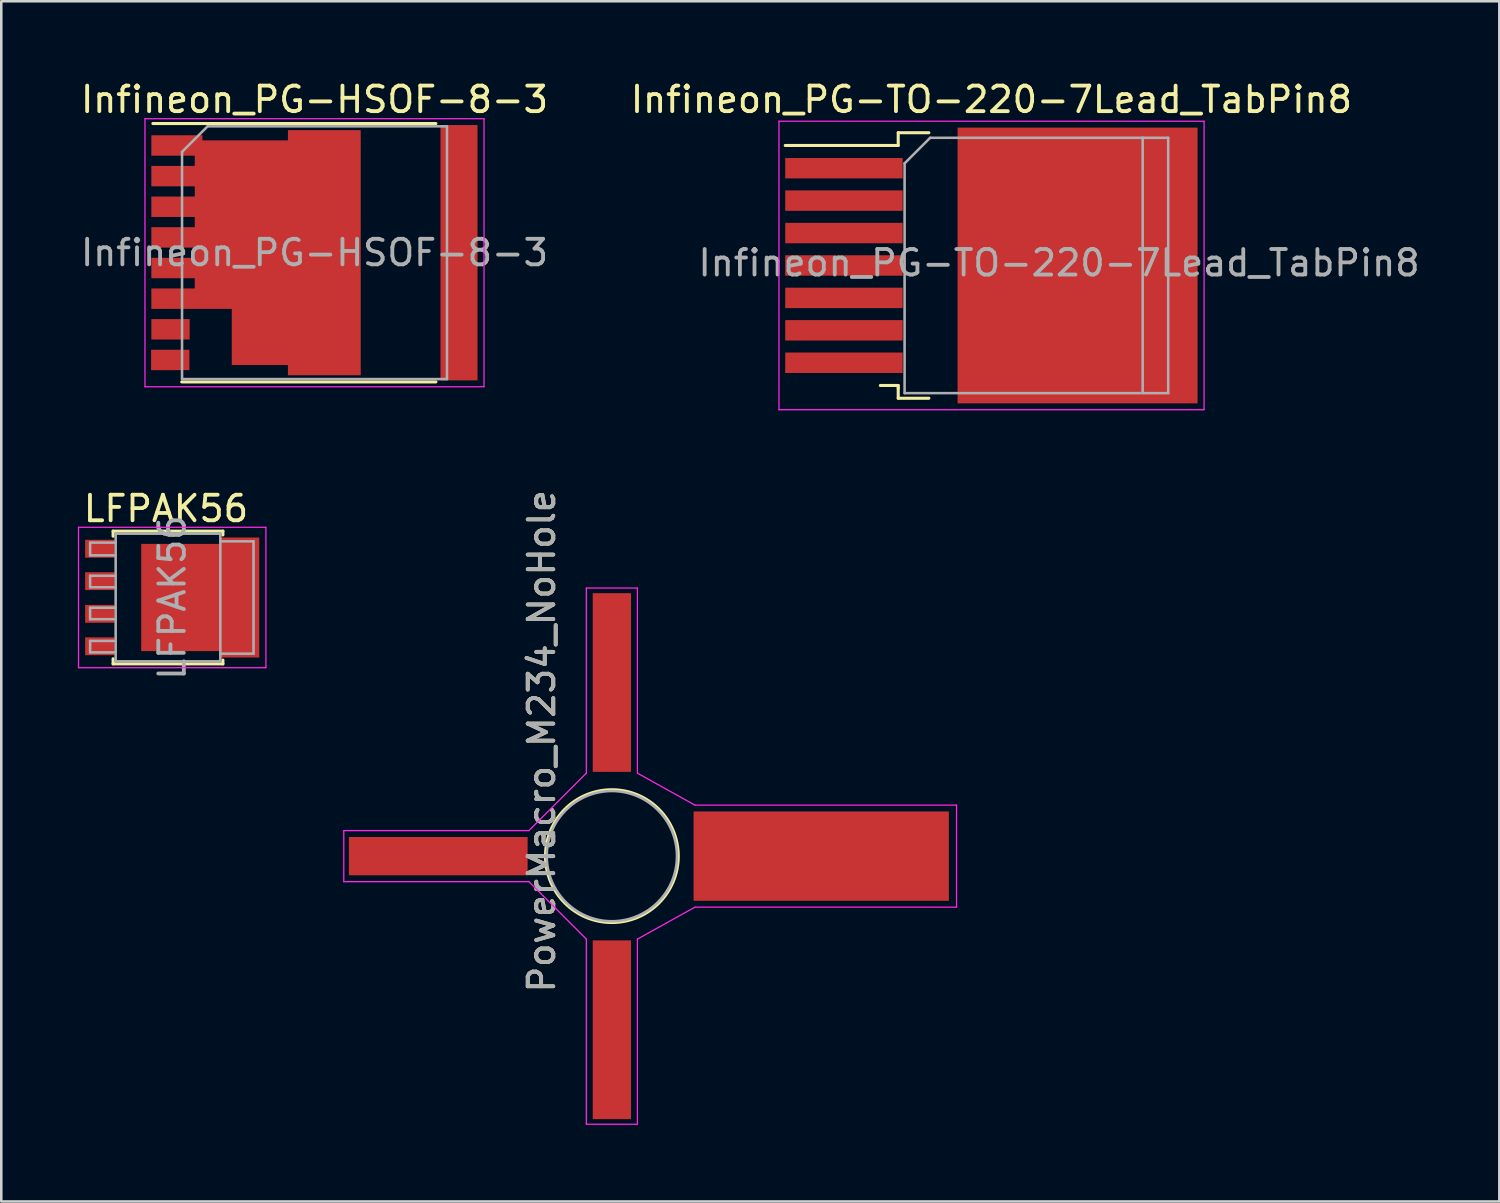
<source format=kicad_pcb>
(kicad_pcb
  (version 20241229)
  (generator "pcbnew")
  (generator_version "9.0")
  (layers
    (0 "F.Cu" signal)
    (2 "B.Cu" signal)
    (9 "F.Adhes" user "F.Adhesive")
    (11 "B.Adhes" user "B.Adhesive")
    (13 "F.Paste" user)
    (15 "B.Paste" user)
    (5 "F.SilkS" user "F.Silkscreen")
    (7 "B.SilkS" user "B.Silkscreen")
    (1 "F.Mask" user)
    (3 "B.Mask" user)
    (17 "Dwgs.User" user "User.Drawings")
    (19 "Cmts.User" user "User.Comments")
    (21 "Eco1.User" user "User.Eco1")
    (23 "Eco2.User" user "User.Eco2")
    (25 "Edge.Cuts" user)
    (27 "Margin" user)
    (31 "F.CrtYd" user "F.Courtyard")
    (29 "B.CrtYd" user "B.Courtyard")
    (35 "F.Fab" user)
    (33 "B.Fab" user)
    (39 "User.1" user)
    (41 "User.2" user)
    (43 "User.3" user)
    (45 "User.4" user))
  (footprint "Infineon_PG-HSOF-8-3"
    (layer "F.Cu")
    (at 9.268 6.848)
    (property "Reference" "Infineon_PG-HSOF-8-3" (at 0 -6 0) (layer "F.SilkS") (effects (font (size 1 1) (thickness 0.15))))
    (attr smd)
    (fp_line (start -5.2 5.06) (end 4.755 5.06) (stroke (width 0.12) (type solid)) (layer "F.SilkS"))
    (fp_line (start 4.755 -5.06) (end -6.33 -5.06) (stroke (width 0.12) (type solid)) (layer "F.SilkS"))
    (fp_line (start -6.64 5.25) (end -6.64 -5.25) (stroke (width 0.05) (type solid)) (layer "F.CrtYd"))
    (fp_line (start -6.64 5.25) (end 6.64 5.25) (stroke (width 0.05) (type solid)) (layer "F.CrtYd"))
    (fp_line (start 6.64 -5.25) (end -6.64 -5.25) (stroke (width 0.05) (type solid)) (layer "F.CrtYd"))
    (fp_line (start 6.64 -5.25) (end 6.64 5.25) (stroke (width 0.05) (type solid)) (layer "F.CrtYd"))
    (fp_line (start -5.188 4.95) (end -5.188 -3.95) (stroke (width 0.1) (type solid)) (layer "F.Fab"))
    (fp_line (start -4.188 -4.95) (end -5.188 -3.95) (stroke (width 0.1) (type solid)) (layer "F.Fab"))
    (fp_line (start -4.188 -4.95) (end 5.188 -4.95) (stroke (width 0.1) (type solid)) (layer "F.Fab"))
    (fp_line (start 5.188 -4.95) (end 5.188 4.95) (stroke (width 0.1) (type solid)) (layer "F.Fab"))
    (fp_line (start 5.188 4.95) (end -5.188 4.95) (stroke (width 0.1) (type solid)) (layer "F.Fab"))
    (fp_text user "${REFERENCE}" (at 0 0 0) (layer "F.Fab") (effects (font (size 1 1) (thickness 0.15))))
    (pad "" smd rect (at -5.44 -4.2) (size 1.8 0.8) (layers "F.Paste"))
    (pad "" smd rect (at -5.44 -3) (size 1.8 0.8) (layers "F.Paste"))
    (pad "" smd rect (at -5.44 -1.8) (size 1.8 0.8) (layers "F.Paste"))
    (pad "" smd rect (at -5.44 -0.6) (size 1.8 0.8) (layers "F.Paste"))
    (pad "" smd rect (at -5.44 0.6) (size 1.8 0.8) (layers "F.Paste"))
    (pad "" smd rect (at -5.44 1.8) (size 1.8 0.8) (layers "F.Paste"))
    (pad "" smd rect (at -3.6 -2.25) (size 0.8 4.1) (layers "F.Paste"))
    (pad "" smd rect (at -3.6 1.15) (size 0.8 1.9) (layers "F.Paste"))
    (pad "" smd rect (at -2.4 -2.25) (size 0.8 4.1) (layers "F.Paste"))
    (pad "" smd rect (at -2.4 2.25) (size 0.8 4.1) (layers "F.Paste"))
    (pad "" smd rect (at -1.2 -2.25) (size 0.8 4.1) (layers "F.Paste"))
    (pad "" smd rect (at -1.2 2.25) (size 0.8 4.1) (layers "F.Paste"))
    (pad "" smd rect (at 0 -2.45) (size 0.8 4.5) (layers "F.Paste"))
    (pad "" smd rect (at 0 2.45) (size 0.8 4.5) (layers "F.Paste"))
    (pad "" smd rect (at 1.26 -2.45) (size 0.8 4.5) (layers "F.Paste"))
    (pad "" smd rect (at 1.26 2.45) (size 0.8 4.5) (layers "F.Paste"))
    (pad "" smd rect (at 5.65 -4) (size 1.35 1.5) (layers "F.Paste"))
    (pad "" smd rect (at 5.65 4) (size 1.35 1.5) (layers "F.Paste"))
    (pad "" smd rect (at 5.66 -2) (size 1.35 1.5) (layers "F.Paste"))
    (pad "" smd rect (at 5.66 0) (size 1.35 1.5) (layers "F.Paste"))
    (pad "" smd rect (at 5.66 2) (size 1.35 1.5) (layers "F.Paste"))
    (pad "1" smd custom (at 0.385 0) (size 2.85 9.6) (layers "F.Cu" "F.Mask") (options (anchor rect)) (primitives (gr_poly (pts (xy -4.775 -4.4) (xy -1.425 -4.4) (xy -1.425 4.4) (xy -3.625 4.4) (xy -3.625 2.2) (xy -6.775 2.2) (xy -6.775 1.4) (xy -5.075 1.4) (xy -5.075 1) (xy -6.775 1) (xy -6.775 0.2) (xy -5.075 0.2) (xy -5.075 -0.2) (xy -6.775 -0.2) (xy -6.775 -1) (xy -5.075 -1) (xy -5.075 -1.4) (xy -6.775 -1.4) (xy -6.775 -2.2) (xy -5.075 -2.2) (xy -5.075 -2.6) (xy -6.775 -2.6) (xy -6.775 -3.4) (xy -5.075 -3.4) (xy -5.075 -3.8) (xy -6.775 -3.8) (xy -6.775 -4.6) (xy -4.775 -4.6)) (width 0) (fill yes))))
    (pad "2" smd rect (at -5.64 3) (size 1.5 0.8) (layers "F.Cu" "F.Mask" "F.Paste"))
    (pad "3" smd rect (at -5.65 4.2) (size 1.5 0.8) (layers "F.Cu" "F.Mask" "F.Paste"))
    (pad "4" smd rect (at 5.66 0) (size 1.45 10) (layers "F.Cu" "F.Mask")))
  (footprint "Infineon_PG-TO-220-7Lead_TabPin8"
    (layer "F.Cu")
    (at 35.78 7.348)
    (property "Reference" "Infineon_PG-TO-220-7Lead_TabPin8" (at 0 -6.5 0) (layer "F.SilkS") (effects (font (size 1 1) (thickness 0.15))))
    (attr smd)
    (fp_line (start -8.075 -4.7) (end -3.65 -4.7) (stroke (width 0.12) (type solid)) (layer "F.SilkS"))
    (fp_line (start -4.35 4.7) (end -3.65 4.7) (stroke (width 0.12) (type solid)) (layer "F.SilkS"))
    (fp_line (start -3.65 -5.2) (end -2.45 -5.2) (stroke (width 0.12) (type solid)) (layer "F.SilkS"))
    (fp_line (start -3.65 -4.7) (end -3.65 -5.2) (stroke (width 0.12) (type solid)) (layer "F.SilkS"))
    (fp_line (start -3.65 4.7) (end -3.65 4.8) (stroke (width 0.12) (type solid)) (layer "F.SilkS"))
    (fp_line (start -3.65 5.2) (end -3.65 4.8) (stroke (width 0.12) (type solid)) (layer "F.SilkS"))
    (fp_line (start -2.45 5.2) (end -3.65 5.2) (stroke (width 0.12) (type solid)) (layer "F.SilkS"))
    (fp_line (start -8.32 -5.65) (end -8.32 5.65) (stroke (width 0.05) (type solid)) (layer "F.CrtYd"))
    (fp_line (start -8.32 -5.65) (end 8.33 -5.65) (stroke (width 0.05) (type solid)) (layer "F.CrtYd"))
    (fp_line (start 8.33 5.65) (end -8.32 5.65) (stroke (width 0.05) (type solid)) (layer "F.CrtYd"))
    (fp_line (start 8.33 5.65) (end 8.33 -5.65) (stroke (width 0.05) (type solid)) (layer "F.CrtYd"))
    (fp_line (start -3.4 -4) (end -3.4 5) (stroke (width 0.1) (type solid)) (layer "F.Fab"))
    (fp_line (start -3.4 -4) (end -2.4 -5) (stroke (width 0.1) (type solid)) (layer "F.Fab"))
    (fp_line (start -3.4 5) (end 5.85 5) (stroke (width 0.1) (type solid)) (layer "F.Fab"))
    (fp_line (start -2.4 -5) (end 5.925 -5) (stroke (width 0.1) (type solid)) (layer "F.Fab"))
    (fp_line (start 5.925 -5) (end 5.925 5) (stroke (width 0.1) (type solid)) (layer "F.Fab"))
    (fp_line (start 5.925 -5) (end 6.925 -5) (stroke (width 0.1) (type solid)) (layer "F.Fab"))
    (fp_line (start 5.925 5) (end 6.925 5) (stroke (width 0.1) (type solid)) (layer "F.Fab"))
    (fp_line (start 6.925 -5) (end 6.925 5) (stroke (width 0.1) (type solid)) (layer "F.Fab"))
    (fp_text user "${REFERENCE}" (at 2.65 -0.1 0) (layer "F.Fab") (effects (font (size 1 1) (thickness 0.15))))
    (pad "" smd rect (at 1 -2.75) (size 4.6 5.3) (layers "F.Paste"))
    (pad "" smd rect (at 1 2.75) (size 4.6 5.3) (layers "F.Paste"))
    (pad "" smd rect (at 5.75 -2.75) (size 4.6 5.3) (layers "F.Paste"))
    (pad "" smd rect (at 5.75 2.75) (size 4.6 5.3) (layers "F.Paste"))
    (pad "1" smd rect (at -5.775 -3.81) (size 4.6 0.8) (layers "F.Cu" "F.Mask" "F.Paste"))
    (pad "2" smd rect (at -5.775 -2.54) (size 4.6 0.8) (layers "F.Cu" "F.Mask" "F.Paste"))
    (pad "3" smd rect (at -5.775 -1.27) (size 4.6 0.8) (layers "F.Cu" "F.Mask" "F.Paste"))
    (pad "4" smd rect (at -5.775 0) (size 4.6 0.8) (layers "F.Cu" "F.Mask" "F.Paste"))
    (pad "5" smd rect (at -5.775 1.27) (size 4.6 0.8) (layers "F.Cu" "F.Mask" "F.Paste"))
    (pad "6" smd rect (at -5.775 2.54) (size 4.6 0.8) (layers "F.Cu" "F.Mask" "F.Paste"))
    (pad "7" smd rect (at -5.775 3.81) (size 4.6 0.8) (layers "F.Cu" "F.Mask" "F.Paste"))
    (pad "8" smd rect (at 3.375 0) (size 9.4 10.8) (layers "F.Cu" "F.Mask")))
  (footprint "LFPAK56"
    (layer "F.Cu")
    (at 3.695 20.352)
    (property "Reference" "LFPAK56" (at -0.245 -3.48 0) (layer "F.SilkS") (effects (font (size 1 1) (thickness 0.15))))
    (attr smd)
    (fp_line (start -2.315 -2.6) (end -2.315 -2.4) (stroke (width 0.12) (type solid)) (layer "F.SilkS"))
    (fp_line (start -2.315 2.4) (end -2.315 2.6) (stroke (width 0.12) (type solid)) (layer "F.SilkS"))
    (fp_line (start -2.315 2.6) (end 1.985 2.6) (stroke (width 0.12) (type solid)) (layer "F.SilkS"))
    (fp_line (start 1.985 -2.6) (end -2.315 -2.6) (stroke (width 0.12) (type solid)) (layer "F.SilkS"))
    (fp_line (start 1.985 -2.45) (end 1.985 -2.6) (stroke (width 0.12) (type solid)) (layer "F.SilkS"))
    (fp_line (start 1.985 2.6) (end 1.985 2.45) (stroke (width 0.12) (type solid)) (layer "F.SilkS"))
    (fp_line (start -3.67 2.75) (end -3.67 -2.75) (stroke (width 0.05) (type solid)) (layer "F.CrtYd"))
    (fp_line (start -3.67 2.75) (end 3.67 2.75) (stroke (width 0.05) (type solid)) (layer "F.CrtYd"))
    (fp_line (start 3.67 -2.75) (end -3.67 -2.75) (stroke (width 0.05) (type solid)) (layer "F.CrtYd"))
    (fp_line (start 3.67 -2.75) (end 3.67 2.75) (stroke (width 0.05) (type solid)) (layer "F.CrtYd"))
    (fp_line (start -3.215 -2.15) (end -3.215 -1.65) (stroke (width 0.1) (type solid)) (layer "F.Fab"))
    (fp_line (start -3.215 -2.15) (end -2.215 -2.15) (stroke (width 0.1) (type solid)) (layer "F.Fab"))
    (fp_line (start -3.215 -1.65) (end -2.215 -1.65) (stroke (width 0.1) (type solid)) (layer "F.Fab"))
    (fp_line (start -3.215 -0.85) (end -3.215 -0.4) (stroke (width 0.1) (type solid)) (layer "F.Fab"))
    (fp_line (start -3.215 -0.4) (end -2.215 -0.4) (stroke (width 0.1) (type solid)) (layer "F.Fab"))
    (fp_line (start -3.215 0.4) (end -3.215 0.85) (stroke (width 0.1) (type solid)) (layer "F.Fab"))
    (fp_line (start -3.215 0.85) (end -2.215 0.85) (stroke (width 0.1) (type solid)) (layer "F.Fab"))
    (fp_line (start -3.215 1.7) (end -3.215 2.15) (stroke (width 0.1) (type solid)) (layer "F.Fab"))
    (fp_line (start -3.215 2.15) (end -2.215 2.15) (stroke (width 0.1) (type solid)) (layer "F.Fab"))
    (fp_line (start -2.215 -2.5) (end -2.215 2.5) (stroke (width 0.1) (type solid)) (layer "F.Fab"))
    (fp_line (start -2.215 -0.85) (end -3.215 -0.85) (stroke (width 0.1) (type solid)) (layer "F.Fab"))
    (fp_line (start -2.215 0.4) (end -3.215 0.4) (stroke (width 0.1) (type solid)) (layer "F.Fab"))
    (fp_line (start -2.215 1.7) (end -3.215 1.7) (stroke (width 0.1) (type solid)) (layer "F.Fab"))
    (fp_line (start -2.215 2.5) (end 1.885 2.5) (stroke (width 0.1) (type solid)) (layer "F.Fab"))
    (fp_line (start 1.885 -2.5) (end -2.215 -2.5) (stroke (width 0.1) (type solid)) (layer "F.Fab"))
    (fp_line (start 1.885 2.5) (end 1.885 -2.5) (stroke (width 0.1) (type solid)) (layer "F.Fab"))
    (fp_line (start 3.185 -2.2) (end 1.885 -2.2) (stroke (width 0.1) (type solid)) (layer "F.Fab"))
    (fp_line (start 3.185 -2.2) (end 3.185 2.2) (stroke (width 0.1) (type solid)) (layer "F.Fab"))
    (fp_line (start 3.185 2.2) (end 1.885 2.2) (stroke (width 0.1) (type solid)) (layer "F.Fab"))
    (fp_text user "${REFERENCE}" (at 0 0 90) (layer "F.Fab") (effects (font (size 1 1) (thickness 0.15))))
    (pad "" smd rect (at -0.665 -1.15) (size 0.6 0.9) (layers "F.Paste"))
    (pad "" smd rect (at -0.665 0) (size 0.6 0.9) (layers "F.Paste"))
    (pad "" smd rect (at -0.665 1.15) (size 0.6 0.9) (layers "F.Paste"))
    (pad "" smd rect (at 0.185 -1.15) (size 0.6 0.9) (layers "F.Paste"))
    (pad "" smd rect (at 0.185 0) (size 0.6 0.9) (layers "F.Paste"))
    (pad "" smd rect (at 0.185 1.15) (size 0.6 0.9) (layers "F.Paste"))
    (pad "" smd rect (at 1.035 -1.15) (size 0.6 0.9) (layers "F.Paste"))
    (pad "" smd rect (at 1.035 0) (size 0.6 0.9) (layers "F.Paste"))
    (pad "" smd rect (at 1.035 1.15) (size 0.6 0.9) (layers "F.Paste"))
    (pad "" smd rect (at 2.885 -1.88 270) (size 0.6 0.9) (layers "F.Paste"))
    (pad "" smd rect (at 2.885 -0.6 270) (size 0.6 0.9) (layers "F.Paste"))
    (pad "" smd rect (at 2.885 0.6 270) (size 0.6 0.9) (layers "F.Paste"))
    (pad "" smd rect (at 2.885 1.88 270) (size 0.6 0.9) (layers "F.Paste"))
    (pad "1" smd rect (at -2.835 -1.91 270) (size 0.7 1.15) (layers "F.Cu" "F.Mask" "F.Paste"))
    (pad "2" smd rect (at -2.835 -0.64 270) (size 0.7 1.15) (layers "F.Cu" "F.Mask" "F.Paste"))
    (pad "3" smd rect (at -2.835 0.64 270) (size 0.7 1.15) (layers "F.Cu" "F.Mask" "F.Paste"))
    (pad "4" smd rect (at -2.835 1.91 270) (size 0.7 1.15) (layers "F.Cu" "F.Mask" "F.Paste"))
    (pad "5" smd custom (at 0.435 0) (size 3.3 4.2) (layers "F.Cu" "F.Mask") (options (anchor rect)) (primitives (gr_poly (pts (xy 2.975 2.35) (xy 1.425 2.35) (xy 1.425 -2.35) (xy 2.975 -2.35)) (width 0) (fill yes)))))
  (footprint "PowerMacro_M234_NoHole"
    (layer "F.Cu")
    (at 21.615 30.482)
    (property "Reference" "PowerMacro_M234_NoHole" (at -3.45 -4.5 90) (layer "F.SilkS") (effects (font (size 1 1) (thickness 0.15))))
    (attr smd)
    (fp_circle (center -0.7 0) (end -0.7 -2.6) (stroke (width 0.12) (type solid)) (fill no) (layer "F.SilkS"))
    (fp_line (start -11.2 -1) (end -11.2 1) (stroke (width 0.05) (type solid)) (layer "F.CrtYd"))
    (fp_line (start -11.2 1) (end -3.95 1) (stroke (width 0.05) (type solid)) (layer "F.CrtYd"))
    (fp_line (start -3.95 -1) (end -11.2 -1) (stroke (width 0.05) (type solid)) (layer "F.CrtYd"))
    (fp_line (start -3.95 1) (end -1.7 3.25) (stroke (width 0.05) (type solid)) (layer "F.CrtYd"))
    (fp_line (start -1.7 -10.5) (end -1.7 -3.25) (stroke (width 0.05) (type solid)) (layer "F.CrtYd"))
    (fp_line (start -1.7 -3.25) (end -3.95 -1) (stroke (width 0.05) (type solid)) (layer "F.CrtYd"))
    (fp_line (start -1.7 3.25) (end -1.7 10.5) (stroke (width 0.05) (type solid)) (layer "F.CrtYd"))
    (fp_line (start -1.7 10.5) (end 0.3 10.5) (stroke (width 0.05) (type solid)) (layer "F.CrtYd"))
    (fp_line (start 0.3 -10.5) (end -1.7 -10.5) (stroke (width 0.05) (type solid)) (layer "F.CrtYd"))
    (fp_line (start 0.3 -3.25) (end 0.3 -10.5) (stroke (width 0.05) (type solid)) (layer "F.CrtYd"))
    (fp_line (start 0.3 3.25) (end 2.55 2) (stroke (width 0.05) (type solid)) (layer "F.CrtYd"))
    (fp_line (start 0.3 10.5) (end 0.3 3.25) (stroke (width 0.05) (type solid)) (layer "F.CrtYd"))
    (fp_line (start 2.55 -2) (end 0.3 -3.25) (stroke (width 0.05) (type solid)) (layer "F.CrtYd"))
    (fp_line (start 2.55 2) (end 12.8 2) (stroke (width 0.05) (type solid)) (layer "F.CrtYd"))
    (fp_line (start 12.8 -2) (end 2.55 -2) (stroke (width 0.05) (type solid)) (layer "F.CrtYd"))
    (fp_line (start 12.8 2) (end 12.8 -2) (stroke (width 0.05) (type solid)) (layer "F.CrtYd"))
    (fp_circle (center -0.7 0) (end -0.7 -2.55) (stroke (width 0.1) (type solid)) (fill no) (layer "F.Fab"))
    (fp_text user "${REFERENCE}" (at -3.45 -4.5 90) (layer "F.Fab") (effects (font (size 1 1) (thickness 0.15))))
    (pad "1" smd rect (at -7.5 0 90) (size 1.5 7) (layers "F.Cu" "F.Mask" "F.Paste"))
    (pad "2" smd rect (at -0.7 6.8 90) (size 7 1.5) (layers "F.Cu" "F.Mask" "F.Paste"))
    (pad "3" smd rect (at 7.5 0 90) (size 3.5 10) (layers "F.Cu" "F.Mask" "F.Paste"))
    (pad "4" smd rect (at -0.7 -6.8 90) (size 7 1.5) (layers "F.Cu" "F.Mask" "F.Paste")))
  (gr_rect
    (start -3 -3)
    (end 55.674 44.007)
    (stroke (width 0.1) (type default))
    (fill no)
    (layer "Edge.Cuts")))
</source>
